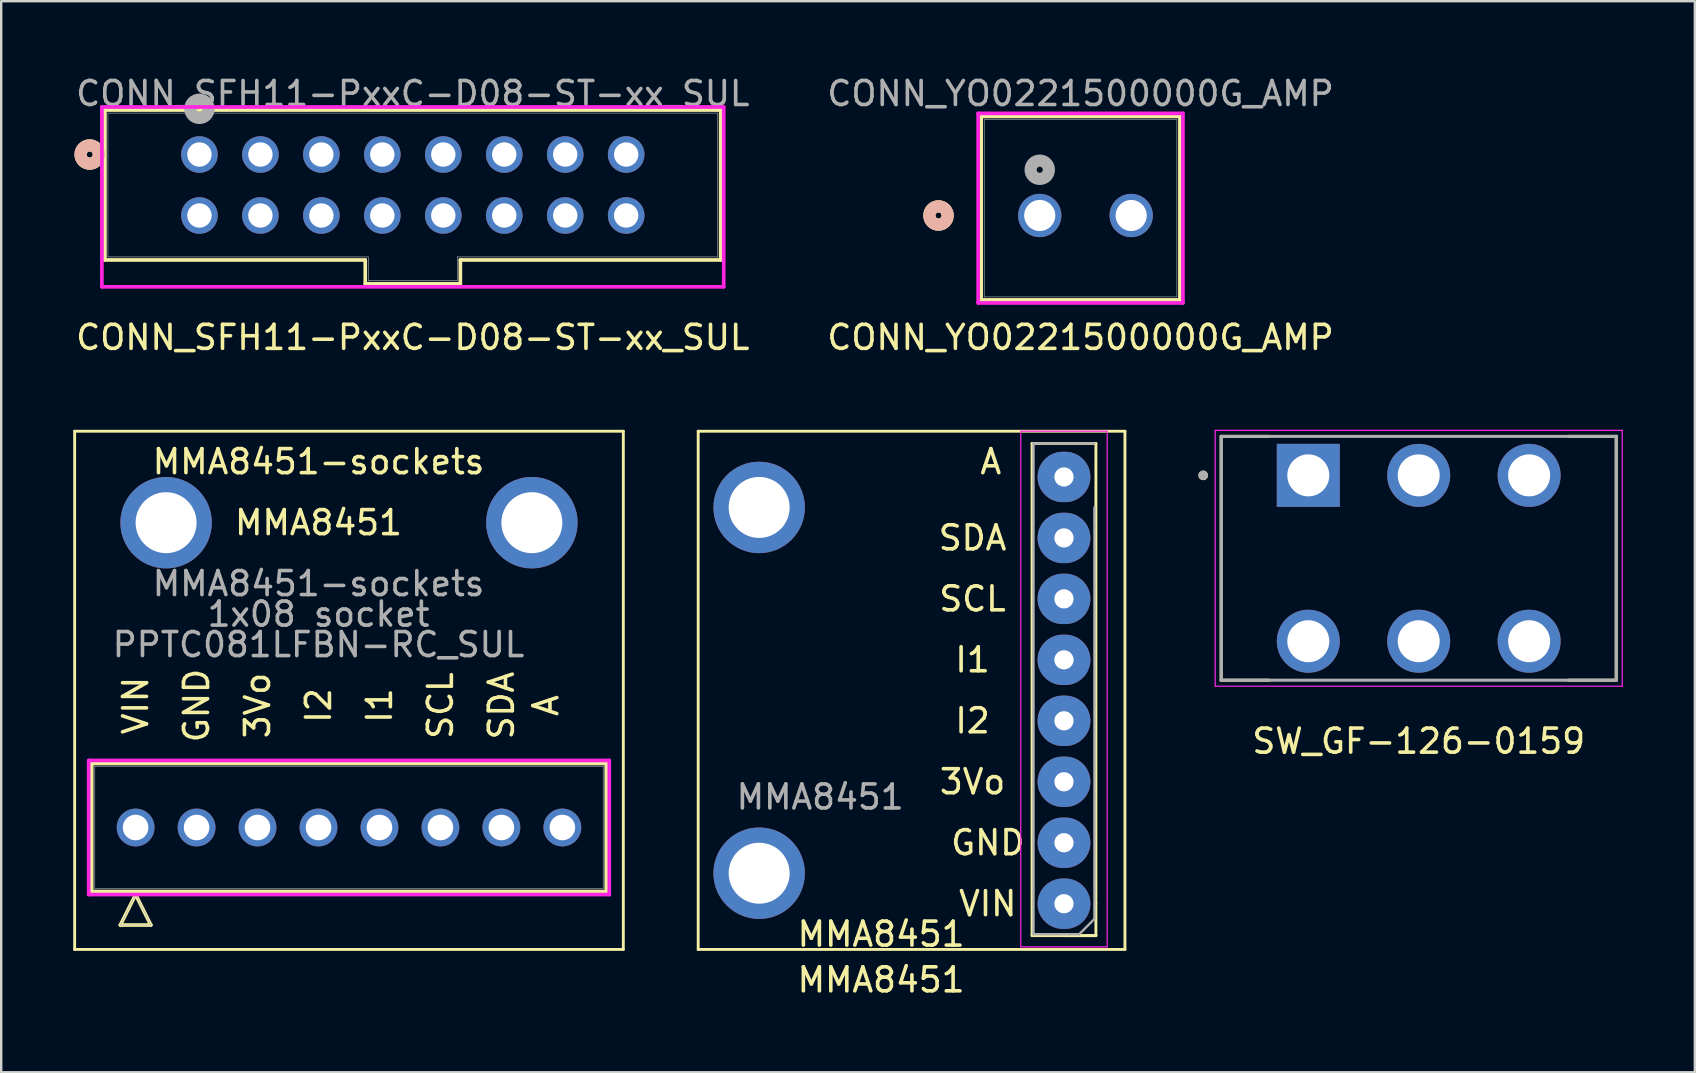
<source format=kicad_pcb>
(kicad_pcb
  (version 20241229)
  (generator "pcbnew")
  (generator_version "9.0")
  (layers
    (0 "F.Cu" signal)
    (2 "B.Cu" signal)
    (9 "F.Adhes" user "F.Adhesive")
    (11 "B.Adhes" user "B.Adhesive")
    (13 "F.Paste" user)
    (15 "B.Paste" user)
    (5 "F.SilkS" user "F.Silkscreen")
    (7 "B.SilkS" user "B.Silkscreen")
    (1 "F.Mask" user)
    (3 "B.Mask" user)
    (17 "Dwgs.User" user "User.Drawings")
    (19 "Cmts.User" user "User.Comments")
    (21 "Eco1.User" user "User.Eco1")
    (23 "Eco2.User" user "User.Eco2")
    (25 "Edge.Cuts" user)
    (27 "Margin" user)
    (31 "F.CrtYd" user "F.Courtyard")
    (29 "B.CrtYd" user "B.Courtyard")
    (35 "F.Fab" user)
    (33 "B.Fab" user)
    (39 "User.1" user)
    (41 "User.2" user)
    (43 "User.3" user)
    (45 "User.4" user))
  (footprint "CONN_SFH11-PxxC-D08-ST-xx_SUL"
    (layer "F.Cu")
    (at 5.259 3.388)
    (property "Reference" "CONN_SFH11-PxxC-D08-ST-xx_SUL" (at 8.89 7.62 0) (unlocked yes) (layer "F.SilkS") (effects (font (size 1 1) (thickness 0.15))))
    (attr through_hole)
    (fp_line (start -3.937 -1.854) (end -3.937 4.394) (stroke (width 0.152) (type solid)) (layer "F.SilkS"))
    (fp_line (start -3.937 4.394) (end 6.909 4.394) (stroke (width 0.152) (type solid)) (layer "F.SilkS"))
    (fp_line (start 6.909 4.394) (end 6.909 5.385) (stroke (width 0.152) (type solid)) (layer "F.SilkS"))
    (fp_line (start 6.909 5.385) (end 10.871 5.385) (stroke (width 0.152) (type solid)) (layer "F.SilkS"))
    (fp_line (start 10.871 4.394) (end 21.717 4.394) (stroke (width 0.152) (type solid)) (layer "F.SilkS"))
    (fp_line (start 10.871 5.385) (end 10.871 4.394) (stroke (width 0.152) (type solid)) (layer "F.SilkS"))
    (fp_line (start 21.717 -1.854) (end -3.937 -1.854) (stroke (width 0.152) (type solid)) (layer "F.SilkS"))
    (fp_line (start 21.717 4.394) (end 21.717 -1.854) (stroke (width 0.152) (type solid)) (layer "F.SilkS"))
    (fp_circle (center -4.572 0) (end -4.191 0) (stroke (width 0.508) (type solid)) (fill no) (layer "F.SilkS"))
    (fp_circle (center -4.572 0) (end -4.191 0) (stroke (width 0.508) (type solid)) (fill no) (layer "B.SilkS"))
    (fp_line (start -4.064 -1.981) (end -4.064 5.512) (stroke (width 0.152) (type solid)) (layer "F.CrtYd"))
    (fp_line (start -4.064 5.512) (end 21.844 5.512) (stroke (width 0.152) (type solid)) (layer "F.CrtYd"))
    (fp_line (start 21.844 -1.981) (end -4.064 -1.981) (stroke (width 0.152) (type solid)) (layer "F.CrtYd"))
    (fp_line (start 21.844 5.512) (end 21.844 -1.981) (stroke (width 0.152) (type solid)) (layer "F.CrtYd"))
    (fp_line (start -3.81 -1.727) (end -3.81 4.267) (stroke (width 0.025) (type solid)) (layer "F.Fab"))
    (fp_line (start -3.81 4.267) (end 7.036 4.267) (stroke (width 0.025) (type solid)) (layer "F.Fab"))
    (fp_line (start 7.036 5.258) (end 7.036 4.267) (stroke (width 0.025) (type solid)) (layer "F.Fab"))
    (fp_line (start 10.744 4.267) (end 10.744 5.258) (stroke (width 0.025) (type solid)) (layer "F.Fab"))
    (fp_line (start 10.744 4.267) (end 21.59 4.267) (stroke (width 0.025) (type solid)) (layer "F.Fab"))
    (fp_line (start 10.744 5.258) (end 7.036 5.258) (stroke (width 0.025) (type solid)) (layer "F.Fab"))
    (fp_line (start 21.59 -1.727) (end -3.81 -1.727) (stroke (width 0.025) (type solid)) (layer "F.Fab"))
    (fp_line (start 21.59 4.267) (end 21.59 -1.727) (stroke (width 0.025) (type solid)) (layer "F.Fab"))
    (fp_circle (center 0 -1.905) (end 0.381 -1.905) (stroke (width 0.508) (type solid)) (fill no) (layer "F.Fab"))
    (fp_text user "${REFERENCE}" (at 8.89 -2.54 0) (unlocked yes) (layer "F.Fab") (effects (font (size 1 1) (thickness 0.15))))
    (pad "1" thru_hole circle (at 0 0) (size 1.524 1.524) (drill 1.016) (layers "*.Cu" "*.Mask"))
    (pad "2" thru_hole circle (at 0 2.54) (size 1.524 1.524) (drill 1.016) (layers "*.Cu" "*.Mask"))
    (pad "3" thru_hole circle (at 2.54 0) (size 1.524 1.524) (drill 1.016) (layers "*.Cu" "*.Mask"))
    (pad "4" thru_hole circle (at 2.54 2.54) (size 1.524 1.524) (drill 1.016) (layers "*.Cu" "*.Mask"))
    (pad "5" thru_hole circle (at 5.08 0) (size 1.524 1.524) (drill 1.016) (layers "*.Cu" "*.Mask"))
    (pad "6" thru_hole circle (at 5.08 2.54) (size 1.524 1.524) (drill 1.016) (layers "*.Cu" "*.Mask"))
    (pad "7" thru_hole circle (at 7.62 0) (size 1.524 1.524) (drill 1.016) (layers "*.Cu" "*.Mask"))
    (pad "8" thru_hole circle (at 7.62 2.54) (size 1.524 1.524) (drill 1.016) (layers "*.Cu" "*.Mask"))
    (pad "9" thru_hole circle (at 10.16 0) (size 1.524 1.524) (drill 1.016) (layers "*.Cu" "*.Mask"))
    (pad "10" thru_hole circle (at 10.16 2.54) (size 1.524 1.524) (drill 1.016) (layers "*.Cu" "*.Mask"))
    (pad "11" thru_hole circle (at 12.7 0) (size 1.524 1.524) (drill 1.016) (layers "*.Cu" "*.Mask"))
    (pad "12" thru_hole circle (at 12.7 2.54) (size 1.524 1.524) (drill 1.016) (layers "*.Cu" "*.Mask"))
    (pad "13" thru_hole circle (at 15.24 0) (size 1.524 1.524) (drill 1.016) (layers "*.Cu" "*.Mask"))
    (pad "14" thru_hole circle (at 15.24 2.54) (size 1.524 1.524) (drill 1.016) (layers "*.Cu" "*.Mask"))
    (pad "15" thru_hole circle (at 17.78 0) (size 1.524 1.524) (drill 1.016) (layers "*.Cu" "*.Mask"))
    (pad "16" thru_hole circle (at 17.78 2.54) (size 1.524 1.524) (drill 1.016) (layers "*.Cu" "*.Mask")))
  (footprint "MMA8451"
    (layer "F.Cu")
    (at 33.66 19.997)
    (property "Reference" "MMA8451" (at 0 15.875 0) (layer "F.SilkS") (effects (font (size 1 1) (thickness 0.15))))
    (attr through_hole)
    (fp_line (start -7.62 -5.08) (end 10.16 -5.08) (stroke (width 0.12) (type solid)) (layer "F.SilkS"))
    (fp_line (start -7.62 16.51) (end -7.62 -5.08) (stroke (width 0.12) (type solid)) (layer "F.SilkS"))
    (fp_line (start 6.29 15.935) (end 6.29 -4.572) (stroke (width 0.12) (type solid)) (layer "F.SilkS"))
    (fp_line (start 8.95 -4.572) (end 6.29 -4.572) (stroke (width 0.12) (type solid)) (layer "F.SilkS"))
    (fp_line (start 8.95 14.605) (end 8.95 -4.572) (stroke (width 0.12) (type solid)) (layer "F.SilkS"))
    (fp_line (start 8.95 14.605) (end 8.95 15.935) (stroke (width 0.12) (type solid)) (layer "F.SilkS"))
    (fp_line (start 8.95 15.935) (end 6.29 15.935) (stroke (width 0.12) (type solid)) (layer "F.SilkS"))
    (fp_line (start 8.95 15.935) (end 7.62 15.935) (stroke (width 0.12) (type solid)) (layer "F.SilkS"))
    (fp_line (start 10.16 -5.08) (end 10.16 16.51) (stroke (width 0.12) (type solid)) (layer "F.SilkS"))
    (fp_line (start 10.16 16.51) (end -7.62 16.51) (stroke (width 0.12) (type solid)) (layer "F.SilkS"))
    (fp_line (start 5.82 -5.08) (end 5.82 16.405) (stroke (width 0.05) (type solid)) (layer "F.CrtYd"))
    (fp_line (start 5.82 16.405) (end 9.42 16.405) (stroke (width 0.05) (type solid)) (layer "F.CrtYd"))
    (fp_line (start 9.42 -5.08) (end 5.82 -5.08) (stroke (width 0.05) (type solid)) (layer "F.CrtYd"))
    (fp_line (start 9.42 16.405) (end 9.42 -5.08) (stroke (width 0.05) (type solid)) (layer "F.CrtYd"))
    (fp_line (start 6.35 -4.572) (end 8.89 -4.572) (stroke (width 0.1) (type solid)) (layer "F.Fab"))
    (fp_line (start 6.35 15.875) (end 6.35 -4.572) (stroke (width 0.1) (type solid)) (layer "F.Fab"))
    (fp_line (start 8.255 15.875) (end 6.35 15.875) (stroke (width 0.1) (type solid)) (layer "F.Fab"))
    (fp_line (start 8.89 -1.905) (end 8.89 15.24) (stroke (width 0.1) (type solid)) (layer "F.Fab"))
    (fp_line (start 8.89 15.24) (end 8.255 15.875) (stroke (width 0.1) (type solid)) (layer "F.Fab"))
    (fp_text user "3Vo" (at 3.81 9.525 0) (layer "F.SilkS") (effects (font (size 1 1) (thickness 0.15))))
    (fp_text user "I1" (at 3.81 4.445 0) (layer "F.SilkS") (effects (font (size 1 1) (thickness 0.15))))
    (fp_text user "I2" (at 3.81 6.985 0) (layer "F.SilkS") (effects (font (size 1 1) (thickness 0.15))))
    (fp_text user "SDA" (at 3.81 -0.635 0) (layer "F.SilkS") (effects (font (size 1 1) (thickness 0.15))))
    (fp_text user "VIN" (at 4.445 14.605 0) (layer "F.SilkS") (effects (font (size 1 1) (thickness 0.15))))
    (fp_text user "A" (at 4.572 -3.81 0) (layer "F.SilkS") (effects (font (size 1 1) (thickness 0.15))))
    (fp_text user "MMA8451" (at 0 17.78 180) (layer "F.SilkS") (effects (font (size 1 1) (thickness 0.15))))
    (fp_text user "GND" (at 4.445 12.065 0) (layer "F.SilkS") (effects (font (size 1 1) (thickness 0.15))))
    (fp_text user "SCL" (at 3.81 1.905 0) (layer "F.SilkS") (effects (font (size 1 1) (thickness 0.15))))
    (fp_text user "${REFERENCE}" (at -2.54 10.16 0) (layer "F.Fab") (effects (font (size 1 1) (thickness 0.15))))
    (pad "" np_thru_hole circle (at -5.08 -1.905) (size 3.81 3.81) (drill 2.54) (layers "*.Cu" "*.Mask"))
    (pad "" np_thru_hole circle (at -5.08 13.335) (size 3.81 3.81) (drill 2.54) (layers "*.Cu" "*.Mask"))
    (pad "1" thru_hole oval (at 7.62 14.605 180) (size 2.2 2.1) (drill 0.8) (layers "*.Cu" "*.Mask"))
    (pad "2" thru_hole oval (at 7.62 12.065 180) (size 2.2 2.1) (drill 0.8) (layers "*.Cu" "*.Mask"))
    (pad "3" thru_hole oval (at 7.62 9.525 180) (size 2.2 2.1) (drill 0.8) (layers "*.Cu" "*.Mask"))
    (pad "4" thru_hole oval (at 7.62 6.985 180) (size 2.2 2.1) (drill 0.8) (layers "*.Cu" "*.Mask"))
    (pad "5" thru_hole oval (at 7.62 4.445 180) (size 2.2 2.1) (drill 0.8) (layers "*.Cu" "*.Mask"))
    (pad "6" thru_hole oval (at 7.62 1.905 180) (size 2.2 2.1) (drill 0.8) (layers "*.Cu" "*.Mask"))
    (pad "7" thru_hole oval (at 7.62 -0.635 180) (size 2.2 2.1) (drill 0.8) (layers "*.Cu" "*.Mask"))
    (pad "8" thru_hole oval (at 7.62 -3.175 180) (size 2.2 2.1) (drill 0.8) (layers "*.Cu" "*.Mask")))
  (footprint "MMA8451-sockets"
    (layer "F.Cu")
    (at 2.6 31.427)
    (property "Reference" "MMA8451-sockets" (at 7.62 -15.24 0) (layer "F.SilkS") (effects (font (size 1 1) (thickness 0.15))))
    (attr through_hole)
    (fp_line (start -2.54 -16.51) (end 20.32 -16.51) (stroke (width 0.12) (type solid)) (layer "F.SilkS"))
    (fp_line (start -2.54 5.08) (end -2.54 -16.51) (stroke (width 0.12) (type solid)) (layer "F.SilkS"))
    (fp_line (start -1.829 -2.667) (end -1.829 2.667) (stroke (width 0.152) (type solid)) (layer "F.SilkS"))
    (fp_line (start -1.829 2.667) (end 19.609 2.667) (stroke (width 0.152) (type solid)) (layer "F.SilkS"))
    (fp_line (start -0.635 4.064) (end 0 2.794) (stroke (width 0.152) (type solid)) (layer "F.SilkS"))
    (fp_line (start 0 2.794) (end 0.635 4.064) (stroke (width 0.152) (type solid)) (layer "F.SilkS"))
    (fp_line (start 0.635 4.064) (end -0.635 4.064) (stroke (width 0.152) (type solid)) (layer "F.SilkS"))
    (fp_line (start 19.609 -2.667) (end -1.829 -2.667) (stroke (width 0.152) (type solid)) (layer "F.SilkS"))
    (fp_line (start 19.609 2.667) (end 19.609 -2.667) (stroke (width 0.152) (type solid)) (layer "F.SilkS"))
    (fp_line (start 20.32 -16.51) (end 20.32 5.08) (stroke (width 0.12) (type solid)) (layer "F.SilkS"))
    (fp_line (start 20.32 5.08) (end -2.54 5.08) (stroke (width 0.12) (type solid)) (layer "F.SilkS"))
    (fp_line (start -1.956 -2.794) (end -1.956 2.794) (stroke (width 0.152) (type solid)) (layer "F.CrtYd"))
    (fp_line (start -1.956 2.794) (end 19.736 2.794) (stroke (width 0.152) (type solid)) (layer "F.CrtYd"))
    (fp_line (start 19.736 -2.794) (end -1.956 -2.794) (stroke (width 0.152) (type solid)) (layer "F.CrtYd"))
    (fp_line (start 19.736 2.794) (end 19.736 -2.794) (stroke (width 0.152) (type solid)) (layer "F.CrtYd"))
    (fp_line (start -1.702 -2.54) (end -1.702 2.54) (stroke (width 0.025) (type solid)) (layer "F.Fab"))
    (fp_line (start -1.702 2.54) (end 19.482 2.54) (stroke (width 0.025) (type solid)) (layer "F.Fab"))
    (fp_line (start -0.635 4.064) (end 0 2.794) (stroke (width 0.025) (type solid)) (layer "F.Fab"))
    (fp_line (start 0 2.794) (end 0.635 4.064) (stroke (width 0.025) (type solid)) (layer "F.Fab"))
    (fp_line (start 0.635 4.064) (end -0.635 4.064) (stroke (width 0.025) (type solid)) (layer "F.Fab"))
    (fp_line (start 19.482 -2.54) (end -1.702 -2.54) (stroke (width 0.025) (type solid)) (layer "F.Fab"))
    (fp_line (start 19.482 2.54) (end 19.482 -2.54) (stroke (width 0.025) (type solid)) (layer "F.Fab"))
    (fp_text user "3Vo" (at 5.08 -5.08 270) (layer "F.SilkS") (effects (font (size 1 1) (thickness 0.15))))
    (fp_text user "VIN" (at 0 -5.08 270) (layer "F.SilkS") (effects (font (size 1 1) (thickness 0.15))))
    (fp_text user "GND" (at 2.54 -5.08 270) (layer "F.SilkS") (effects (font (size 1 1) (thickness 0.15))))
    (fp_text user "I2" (at 7.62 -5.08 270) (layer "F.SilkS") (effects (font (size 1 1) (thickness 0.15))))
    (fp_text user "A" (at 17.094 -5.08 270) (layer "F.SilkS") (effects (font (size 1 1) (thickness 0.15))))
    (fp_text user "MMA8451" (at 7.62 -12.7 180) (layer "F.SilkS") (effects (font (size 1 1) (thickness 0.15))))
    (fp_text user "I1" (at 10.16 -5.08 270) (layer "F.SilkS") (effects (font (size 1 1) (thickness 0.15))))
    (fp_text user "SDA" (at 15.24 -5.08 270) (layer "F.SilkS") (effects (font (size 1 1) (thickness 0.15))))
    (fp_text user "SCL" (at 12.7 -5.08 270) (layer "F.SilkS") (effects (font (size 1 1) (thickness 0.15))))
    (fp_text user "${REFERENCE}" (at 7.62 -10.16 0) (unlocked yes) (layer "F.Fab") (effects (font (size 1 1) (thickness 0.15))))
    (fp_text user "1x08 socket" (at 7.62 -8.89 0) (unlocked yes) (layer "F.Fab") (effects (font (size 1 1) (thickness 0.15))))
    (fp_text user "PPTC081LFBN-RC_SUL" (at 7.62 -7.62 0) (layer "F.Fab") (effects (font (size 1 1) (thickness 0.15))))
    (pad "" np_thru_hole circle (at 1.27 -12.7 270) (size 3.81 3.81) (drill 2.54) (layers "*.Cu" "*.Mask"))
    (pad "" np_thru_hole circle (at 16.51 -12.7 270) (size 3.81 3.81) (drill 2.54) (layers "*.Cu" "*.Mask"))
    (pad "1" thru_hole circle (at 0 0 180) (size 1.575 1.575) (drill 1.067) (layers "*.Cu" "*.Mask"))
    (pad "2" thru_hole circle (at 2.54 0 180) (size 1.575 1.575) (drill 1.067) (layers "*.Cu" "*.Mask"))
    (pad "3" thru_hole circle (at 5.08 0 180) (size 1.575 1.575) (drill 1.067) (layers "*.Cu" "*.Mask"))
    (pad "4" thru_hole circle (at 7.62 0 180) (size 1.575 1.575) (drill 1.067) (layers "*.Cu" "*.Mask"))
    (pad "5" thru_hole circle (at 10.16 0 180) (size 1.575 1.575) (drill 1.067) (layers "*.Cu" "*.Mask"))
    (pad "6" thru_hole circle (at 12.7 0 180) (size 1.575 1.575) (drill 1.067) (layers "*.Cu" "*.Mask"))
    (pad "7" thru_hole circle (at 15.24 0 180) (size 1.575 1.575) (drill 1.067) (layers "*.Cu" "*.Mask"))
    (pad "8" thru_hole circle (at 17.78 0 180) (size 1.575 1.575) (drill 1.067) (layers "*.Cu" "*.Mask")))
  (footprint "SW_GF-126-0159"
    (layer "F.Cu")
    (at 51.46 16.756)
    (property "Reference" "SW_GF-126-0159" (at 4.6 11.075 0) (layer "F.SilkS") (effects (font (size 1 1) (thickness 0.15))))
    (attr through_hole)
    (fp_line (start -3.63 -1.625) (end -1.633 -1.625) (stroke (width 0.127) (type solid)) (layer "F.SilkS"))
    (fp_line (start -3.63 8.535) (end -3.63 -1.625) (stroke (width 0.127) (type solid)) (layer "F.SilkS"))
    (fp_line (start -1.633 8.535) (end -3.63 8.535) (stroke (width 0.127) (type solid)) (layer "F.SilkS"))
    (fp_line (start 10.832 -1.625) (end 12.83 -1.625) (stroke (width 0.127) (type solid)) (layer "F.SilkS"))
    (fp_line (start 12.83 -1.625) (end 12.83 8.535) (stroke (width 0.127) (type solid)) (layer "F.SilkS"))
    (fp_line (start 12.83 8.535) (end 10.832 8.535) (stroke (width 0.127) (type solid)) (layer "F.SilkS"))
    (fp_circle (center -4.38 0) (end -4.28 0) (stroke (width 0.2) (type solid)) (fill no) (layer "F.SilkS"))
    (fp_line (start -3.88 -1.875) (end -3.88 8.785) (stroke (width 0.05) (type solid)) (layer "F.CrtYd"))
    (fp_line (start -3.88 8.785) (end 13.08 8.785) (stroke (width 0.05) (type solid)) (layer "F.CrtYd"))
    (fp_line (start 13.08 -1.875) (end -3.88 -1.875) (stroke (width 0.05) (type solid)) (layer "F.CrtYd"))
    (fp_line (start 13.08 8.785) (end 13.08 -1.875) (stroke (width 0.05) (type solid)) (layer "F.CrtYd"))
    (fp_line (start -3.63 -1.625) (end 12.83 -1.625) (stroke (width 0.127) (type solid)) (layer "F.Fab"))
    (fp_line (start -3.63 8.535) (end -3.63 -1.625) (stroke (width 0.127) (type solid)) (layer "F.Fab"))
    (fp_line (start 12.83 -1.625) (end 12.83 8.535) (stroke (width 0.127) (type solid)) (layer "F.Fab"))
    (fp_line (start 12.83 8.535) (end -3.63 8.535) (stroke (width 0.127) (type solid)) (layer "F.Fab"))
    (fp_circle (center -4.38 0) (end -4.28 0) (stroke (width 0.2) (type solid)) (fill no) (layer "F.Fab"))
    (pad "1" thru_hole rect (at 0 0) (size 2.625 2.625) (drill 1.75) (layers "*.Cu" "*.Mask"))
    (pad "2" thru_hole circle (at 4.6 0) (size 2.625 2.625) (drill 1.75) (layers "*.Cu" "*.Mask"))
    (pad "3" thru_hole circle (at 9.2 0) (size 2.625 2.625) (drill 1.75) (layers "*.Cu" "*.Mask"))
    (pad "4" thru_hole circle (at 0 6.91) (size 2.625 2.625) (drill 1.75) (layers "*.Cu" "*.Mask"))
    (pad "5" thru_hole circle (at 4.6 6.91) (size 2.625 2.625) (drill 1.75) (layers "*.Cu" "*.Mask"))
    (pad "6" thru_hole circle (at 9.2 6.91) (size 2.625 2.625) (drill 1.75) (layers "*.Cu" "*.Mask")))
  (footprint "CONN_YO0221500000G_AMP"
    (layer "F.Cu")
    (at 40.27 5.928)
    (property "Reference" "CONN_YO0221500000G_AMP" (at 1.7 5.08 0) (unlocked yes) (layer "F.SilkS") (effects (font (size 1 1) (thickness 0.15))))
    (attr through_hole)
    (fp_line (start -2.44 -4.127) (end -2.44 3.518) (stroke (width 0.152) (type solid)) (layer "F.SilkS"))
    (fp_line (start -2.44 3.518) (end 5.84 3.518) (stroke (width 0.152) (type solid)) (layer "F.SilkS"))
    (fp_line (start 5.84 -4.127) (end -2.44 -4.127) (stroke (width 0.152) (type solid)) (layer "F.SilkS"))
    (fp_line (start 5.84 3.518) (end 5.84 -4.127) (stroke (width 0.152) (type solid)) (layer "F.SilkS"))
    (fp_circle (center -4.218 0) (end -3.837 0) (stroke (width 0.508) (type solid)) (fill no) (layer "F.SilkS"))
    (fp_circle (center -4.218 0) (end -3.837 0) (stroke (width 0.508) (type solid)) (fill no) (layer "B.SilkS"))
    (fp_line (start -2.567 -4.254) (end -2.567 3.645) (stroke (width 0.152) (type solid)) (layer "F.CrtYd"))
    (fp_line (start -2.567 3.645) (end 5.967 3.645) (stroke (width 0.152) (type solid)) (layer "F.CrtYd"))
    (fp_line (start 5.967 -4.254) (end -2.567 -4.254) (stroke (width 0.152) (type solid)) (layer "F.CrtYd"))
    (fp_line (start 5.967 3.645) (end 5.967 -4.254) (stroke (width 0.152) (type solid)) (layer "F.CrtYd"))
    (fp_line (start -2.313 -4) (end -2.313 3.391) (stroke (width 0.025) (type solid)) (layer "F.Fab"))
    (fp_line (start -2.313 3.391) (end 5.713 3.391) (stroke (width 0.025) (type solid)) (layer "F.Fab"))
    (fp_line (start 5.713 -4) (end -2.313 -4) (stroke (width 0.025) (type solid)) (layer "F.Fab"))
    (fp_line (start 5.713 3.391) (end 5.713 -4) (stroke (width 0.025) (type solid)) (layer "F.Fab"))
    (fp_circle (center 0 -1.905) (end 0.381 -1.905) (stroke (width 0.508) (type solid)) (fill no) (layer "F.Fab"))
    (fp_text user "${REFERENCE}" (at 1.7 -5.08 0) (unlocked yes) (layer "F.Fab") (effects (font (size 1 1) (thickness 0.15))))
    (pad "1" thru_hole circle (at 0 0) (size 1.803 1.803) (drill 1.295) (layers "*.Cu" "*.Mask"))
    (pad "2" thru_hole circle (at 3.81 0) (size 1.803 1.803) (drill 1.295) (layers "*.Cu" "*.Mask")))
  (gr_rect
    (start -3 -3)
    (end 67.565 41.625)
    (stroke (width 0.1) (type default))
    (fill no)
    (layer "Edge.Cuts")))
</source>
